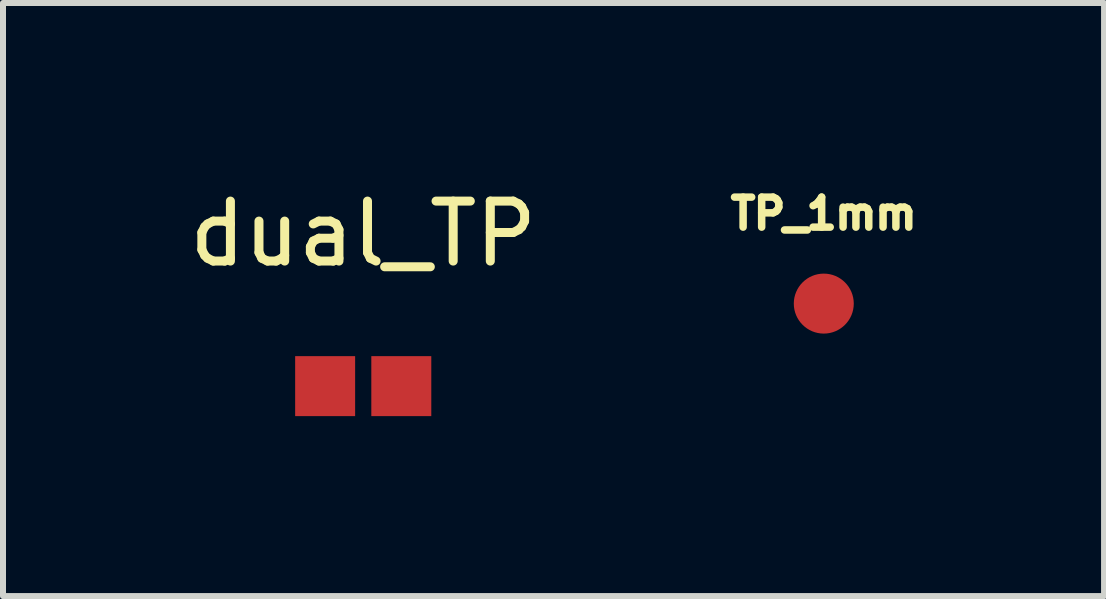
<source format=kicad_pcb>
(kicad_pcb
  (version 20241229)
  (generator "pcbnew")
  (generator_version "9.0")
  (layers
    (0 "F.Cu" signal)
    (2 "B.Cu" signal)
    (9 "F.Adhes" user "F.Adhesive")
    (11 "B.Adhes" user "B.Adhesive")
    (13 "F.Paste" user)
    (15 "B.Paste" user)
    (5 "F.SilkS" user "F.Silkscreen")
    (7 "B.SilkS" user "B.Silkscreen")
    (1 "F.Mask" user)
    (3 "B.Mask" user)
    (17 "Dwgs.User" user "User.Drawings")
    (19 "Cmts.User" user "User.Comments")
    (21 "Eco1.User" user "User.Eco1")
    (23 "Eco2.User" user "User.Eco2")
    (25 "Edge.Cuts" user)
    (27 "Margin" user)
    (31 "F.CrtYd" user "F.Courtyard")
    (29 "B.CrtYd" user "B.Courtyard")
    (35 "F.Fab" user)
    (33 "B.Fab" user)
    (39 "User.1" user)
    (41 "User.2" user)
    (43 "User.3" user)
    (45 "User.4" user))
  (footprint "dual_TP"
    (layer "F.Cu")
    (at 3.006 3.388)
    (property "Reference" "dual_TP" (at 0 -2.54 0) (layer "F.SilkS") (effects (font (size 1 1) (thickness 0.15))))
    (attr through_hole)
    (pad "1" smd rect (at -0.635 0) (size 1 1) (layers "F.Cu" "F.Mask" "F.Paste"))
    (pad "2" smd rect (at 0.635 0) (size 1 1) (layers "F.Cu" "F.Mask" "F.Paste")))
  (footprint "TP_1mm"
    (layer "F.Cu")
    (at 10.685 2.012)
    (property "Reference" "TP_1mm" (at 0 -1.5 0) (layer "F.SilkS") (effects (font (size 0.5 0.5) (thickness 0.125))))
    (attr through_hole)
    (pad "1" smd circle (at 0 0) (size 1 1) (layers "F.Cu" "F.Mask" "F.Paste")))
  (gr_rect
    (start -3 -3)
    (end 15.358 6.888)
    (stroke (width 0.1) (type default))
    (fill no)
    (layer "Edge.Cuts")))
</source>
